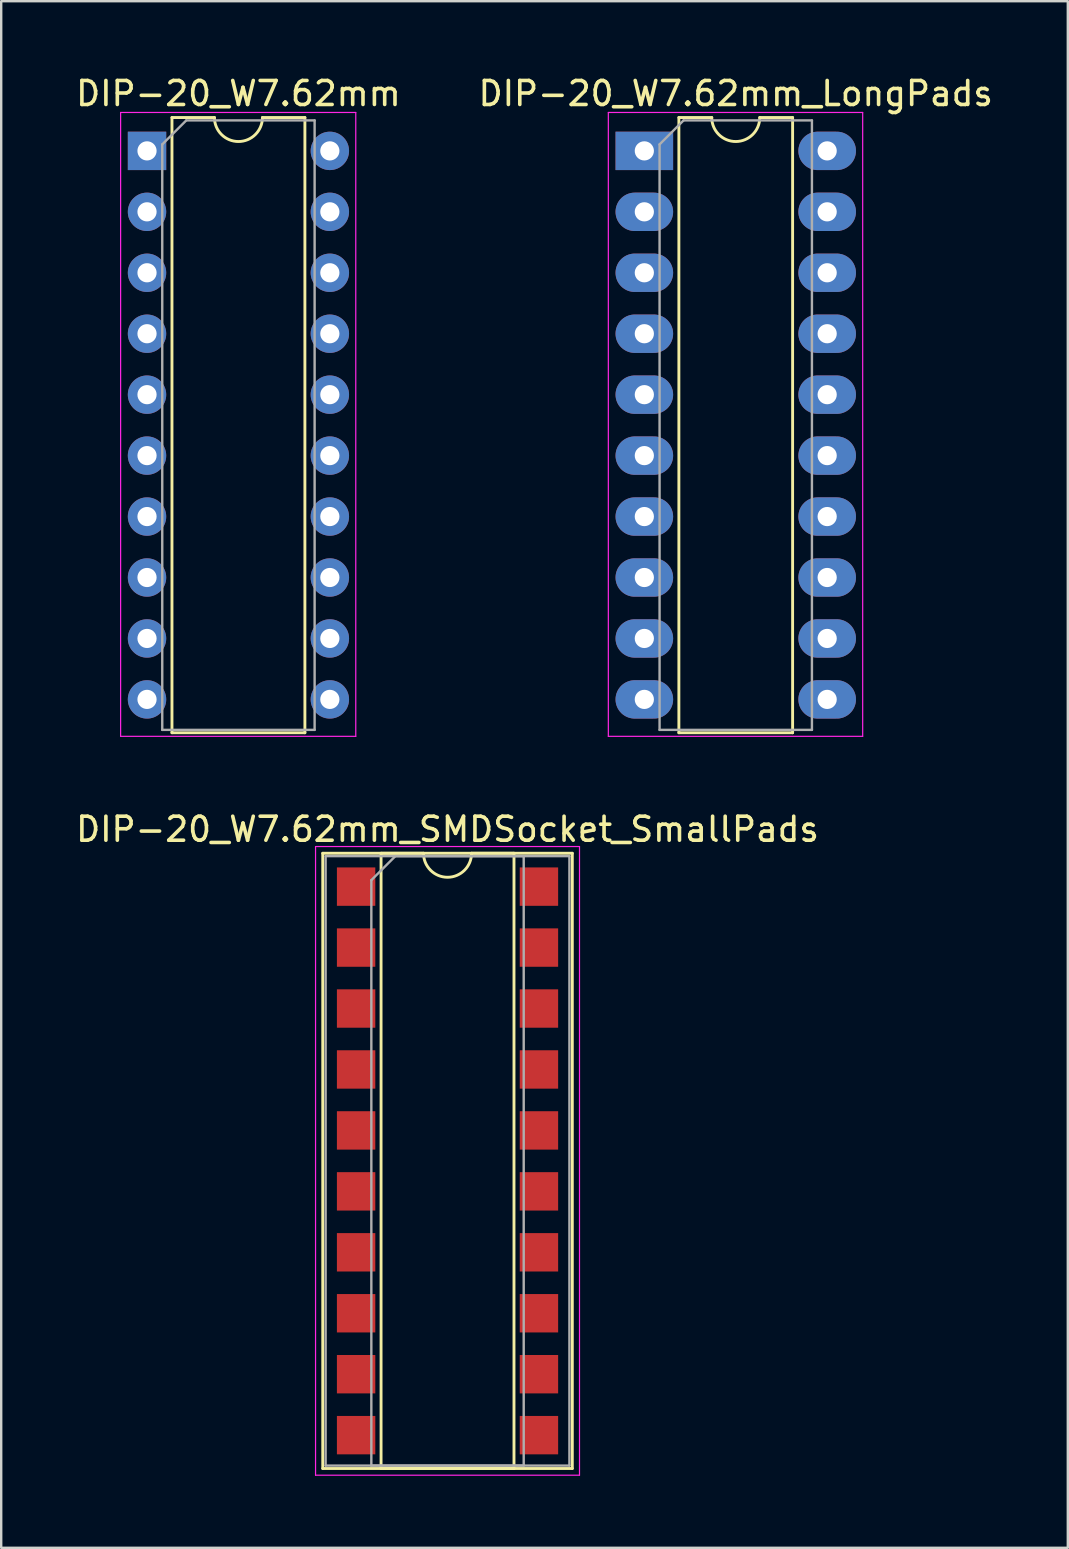
<source format=kicad_pcb>
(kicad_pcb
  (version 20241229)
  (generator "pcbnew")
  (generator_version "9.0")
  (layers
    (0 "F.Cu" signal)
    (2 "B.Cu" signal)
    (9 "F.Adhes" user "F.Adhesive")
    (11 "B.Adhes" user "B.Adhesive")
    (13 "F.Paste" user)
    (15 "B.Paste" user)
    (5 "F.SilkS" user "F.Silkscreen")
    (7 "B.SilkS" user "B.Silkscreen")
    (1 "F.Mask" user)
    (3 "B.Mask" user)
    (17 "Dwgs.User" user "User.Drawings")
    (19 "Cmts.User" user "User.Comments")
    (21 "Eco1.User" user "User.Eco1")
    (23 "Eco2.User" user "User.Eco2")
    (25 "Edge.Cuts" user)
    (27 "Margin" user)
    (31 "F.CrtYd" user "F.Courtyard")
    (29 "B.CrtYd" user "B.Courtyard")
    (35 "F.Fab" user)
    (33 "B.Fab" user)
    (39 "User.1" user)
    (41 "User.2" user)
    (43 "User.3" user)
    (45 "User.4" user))
  (footprint "DIP-20_W7.62mm_SMDSocket_SmallPads"
    (layer "F.Cu")
    (at 15.601 45.331)
    (property "Reference" "DIP-20_W7.62mm_SMDSocket_SmallPads" (at 0 -13.82 0) (layer "F.SilkS") (effects (font (size 1 1) (thickness 0.15))))
    (attr smd)
    (fp_line (start -5.2 -12.82) (end -5.2 12.82) (stroke (width 0.12) (type solid)) (layer "F.SilkS"))
    (fp_line (start -5.2 12.82) (end 5.2 12.82) (stroke (width 0.12) (type solid)) (layer "F.SilkS"))
    (fp_line (start -2.77 -12.82) (end -2.77 12.82) (stroke (width 0.12) (type solid)) (layer "F.SilkS"))
    (fp_line (start -2.77 12.82) (end 2.77 12.82) (stroke (width 0.12) (type solid)) (layer "F.SilkS"))
    (fp_line (start -1 -12.82) (end -2.77 -12.82) (stroke (width 0.12) (type solid)) (layer "F.SilkS"))
    (fp_line (start 2.77 -12.82) (end 1 -12.82) (stroke (width 0.12) (type solid)) (layer "F.SilkS"))
    (fp_line (start 2.77 12.82) (end 2.77 -12.82) (stroke (width 0.12) (type solid)) (layer "F.SilkS"))
    (fp_line (start 5.2 -12.82) (end -5.2 -12.82) (stroke (width 0.12) (type solid)) (layer "F.SilkS"))
    (fp_line (start 5.2 12.82) (end 5.2 -12.82) (stroke (width 0.12) (type solid)) (layer "F.SilkS"))
    (fp_arc (start 1 -12.82) (mid 0 -11.82) (end -1 -12.82) (stroke (width 0.12) (type solid)) (layer "F.SilkS"))
    (fp_line (start -5.5 -13.1) (end -5.5 13.1) (stroke (width 0.05) (type solid)) (layer "F.CrtYd"))
    (fp_line (start -5.5 13.1) (end 5.5 13.1) (stroke (width 0.05) (type solid)) (layer "F.CrtYd"))
    (fp_line (start 5.5 -13.1) (end -5.5 -13.1) (stroke (width 0.05) (type solid)) (layer "F.CrtYd"))
    (fp_line (start 5.5 13.1) (end 5.5 -13.1) (stroke (width 0.05) (type solid)) (layer "F.CrtYd"))
    (fp_line (start -5.08 -12.7) (end -5.08 12.7) (stroke (width 0.1) (type solid)) (layer "F.Fab"))
    (fp_line (start -5.08 12.7) (end 5.08 12.7) (stroke (width 0.1) (type solid)) (layer "F.Fab"))
    (fp_line (start -3.175 -11.7) (end -2.175 -12.7) (stroke (width 0.1) (type solid)) (layer "F.Fab"))
    (fp_line (start -3.175 12.7) (end -3.175 -11.7) (stroke (width 0.1) (type solid)) (layer "F.Fab"))
    (fp_line (start -2.175 -12.7) (end 3.175 -12.7) (stroke (width 0.1) (type solid)) (layer "F.Fab"))
    (fp_line (start 3.175 -12.7) (end 3.175 12.7) (stroke (width 0.1) (type solid)) (layer "F.Fab"))
    (fp_line (start 3.175 12.7) (end -3.175 12.7) (stroke (width 0.1) (type solid)) (layer "F.Fab"))
    (fp_line (start 5.08 -12.7) (end -5.08 -12.7) (stroke (width 0.1) (type solid)) (layer "F.Fab"))
    (fp_line (start 5.08 12.7) (end 5.08 -12.7) (stroke (width 0.1) (type solid)) (layer "F.Fab"))
    (pad "1" smd rect (at -3.81 -11.43) (size 1.6 1.6) (layers "F.Cu" "F.Mask"))
    (pad "2" smd rect (at -3.81 -8.89) (size 1.6 1.6) (layers "F.Cu" "F.Mask"))
    (pad "3" smd rect (at -3.81 -6.35) (size 1.6 1.6) (layers "F.Cu" "F.Mask"))
    (pad "4" smd rect (at -3.81 -3.81) (size 1.6 1.6) (layers "F.Cu" "F.Mask"))
    (pad "5" smd rect (at -3.81 -1.27) (size 1.6 1.6) (layers "F.Cu" "F.Mask"))
    (pad "6" smd rect (at -3.81 1.27) (size 1.6 1.6) (layers "F.Cu" "F.Mask"))
    (pad "7" smd rect (at -3.81 3.81) (size 1.6 1.6) (layers "F.Cu" "F.Mask"))
    (pad "8" smd rect (at -3.81 6.35) (size 1.6 1.6) (layers "F.Cu" "F.Mask"))
    (pad "9" smd rect (at -3.81 8.89) (size 1.6 1.6) (layers "F.Cu" "F.Mask"))
    (pad "10" smd rect (at -3.81 11.43) (size 1.6 1.6) (layers "F.Cu" "F.Mask"))
    (pad "11" smd rect (at 3.81 11.43) (size 1.6 1.6) (layers "F.Cu" "F.Mask"))
    (pad "12" smd rect (at 3.81 8.89) (size 1.6 1.6) (layers "F.Cu" "F.Mask"))
    (pad "13" smd rect (at 3.81 6.35) (size 1.6 1.6) (layers "F.Cu" "F.Mask"))
    (pad "14" smd rect (at 3.81 3.81) (size 1.6 1.6) (layers "F.Cu" "F.Mask"))
    (pad "15" smd rect (at 3.81 1.27) (size 1.6 1.6) (layers "F.Cu" "F.Mask"))
    (pad "16" smd rect (at 3.81 -1.27) (size 1.6 1.6) (layers "F.Cu" "F.Mask"))
    (pad "17" smd rect (at 3.81 -3.81) (size 1.6 1.6) (layers "F.Cu" "F.Mask"))
    (pad "18" smd rect (at 3.81 -6.35) (size 1.6 1.6) (layers "F.Cu" "F.Mask"))
    (pad "19" smd rect (at 3.81 -8.89) (size 1.6 1.6) (layers "F.Cu" "F.Mask"))
    (pad "20" smd rect (at 3.81 -11.43) (size 1.6 1.6) (layers "F.Cu" "F.Mask")))
  (footprint "DIP-20_W7.62mm"
    (layer "F.Cu")
    (at 3.077 3.238)
    (property "Reference" "DIP-20_W7.62mm" (at 3.81 -2.39 0) (layer "F.SilkS") (effects (font (size 1 1) (thickness 0.15))))
    (attr through_hole)
    (fp_line (start 1.04 -1.39) (end 1.04 24.25) (stroke (width 0.12) (type solid)) (layer "F.SilkS"))
    (fp_line (start 1.04 24.25) (end 6.58 24.25) (stroke (width 0.12) (type solid)) (layer "F.SilkS"))
    (fp_line (start 2.81 -1.39) (end 1.04 -1.39) (stroke (width 0.12) (type solid)) (layer "F.SilkS"))
    (fp_line (start 6.58 -1.39) (end 4.81 -1.39) (stroke (width 0.12) (type solid)) (layer "F.SilkS"))
    (fp_line (start 6.58 24.25) (end 6.58 -1.39) (stroke (width 0.12) (type solid)) (layer "F.SilkS"))
    (fp_arc (start 4.81 -1.39) (mid 3.81 -0.39) (end 2.81 -1.39) (stroke (width 0.12) (type solid)) (layer "F.SilkS"))
    (fp_line (start -1.1 -1.6) (end -1.1 24.4) (stroke (width 0.05) (type solid)) (layer "F.CrtYd"))
    (fp_line (start -1.1 24.4) (end 8.7 24.4) (stroke (width 0.05) (type solid)) (layer "F.CrtYd"))
    (fp_line (start 8.7 -1.6) (end -1.1 -1.6) (stroke (width 0.05) (type solid)) (layer "F.CrtYd"))
    (fp_line (start 8.7 24.4) (end 8.7 -1.6) (stroke (width 0.05) (type solid)) (layer "F.CrtYd"))
    (fp_line (start 0.635 -0.27) (end 1.635 -1.27) (stroke (width 0.1) (type solid)) (layer "F.Fab"))
    (fp_line (start 0.635 24.13) (end 0.635 -0.27) (stroke (width 0.1) (type solid)) (layer "F.Fab"))
    (fp_line (start 1.635 -1.27) (end 6.985 -1.27) (stroke (width 0.1) (type solid)) (layer "F.Fab"))
    (fp_line (start 6.985 -1.27) (end 6.985 24.13) (stroke (width 0.1) (type solid)) (layer "F.Fab"))
    (fp_line (start 6.985 24.13) (end 0.635 24.13) (stroke (width 0.1) (type solid)) (layer "F.Fab"))
    (pad "1" thru_hole rect (at 0 0) (size 1.6 1.6) (drill 0.8) (layers "*.Cu" "*.Mask"))
    (pad "2" thru_hole oval (at 0 2.54) (size 1.6 1.6) (drill 0.8) (layers "*.Cu" "*.Mask"))
    (pad "3" thru_hole oval (at 0 5.08) (size 1.6 1.6) (drill 0.8) (layers "*.Cu" "*.Mask"))
    (pad "4" thru_hole oval (at 0 7.62) (size 1.6 1.6) (drill 0.8) (layers "*.Cu" "*.Mask"))
    (pad "5" thru_hole oval (at 0 10.16) (size 1.6 1.6) (drill 0.8) (layers "*.Cu" "*.Mask"))
    (pad "6" thru_hole oval (at 0 12.7) (size 1.6 1.6) (drill 0.8) (layers "*.Cu" "*.Mask"))
    (pad "7" thru_hole oval (at 0 15.24) (size 1.6 1.6) (drill 0.8) (layers "*.Cu" "*.Mask"))
    (pad "8" thru_hole oval (at 0 17.78) (size 1.6 1.6) (drill 0.8) (layers "*.Cu" "*.Mask"))
    (pad "9" thru_hole oval (at 0 20.32) (size 1.6 1.6) (drill 0.8) (layers "*.Cu" "*.Mask"))
    (pad "10" thru_hole oval (at 0 22.86) (size 1.6 1.6) (drill 0.8) (layers "*.Cu" "*.Mask"))
    (pad "11" thru_hole oval (at 7.62 22.86) (size 1.6 1.6) (drill 0.8) (layers "*.Cu" "*.Mask"))
    (pad "12" thru_hole oval (at 7.62 20.32) (size 1.6 1.6) (drill 0.8) (layers "*.Cu" "*.Mask"))
    (pad "13" thru_hole oval (at 7.62 17.78) (size 1.6 1.6) (drill 0.8) (layers "*.Cu" "*.Mask"))
    (pad "14" thru_hole oval (at 7.62 15.24) (size 1.6 1.6) (drill 0.8) (layers "*.Cu" "*.Mask"))
    (pad "15" thru_hole oval (at 7.62 12.7) (size 1.6 1.6) (drill 0.8) (layers "*.Cu" "*.Mask"))
    (pad "16" thru_hole oval (at 7.62 10.16) (size 1.6 1.6) (drill 0.8) (layers "*.Cu" "*.Mask"))
    (pad "17" thru_hole oval (at 7.62 7.62) (size 1.6 1.6) (drill 0.8) (layers "*.Cu" "*.Mask"))
    (pad "18" thru_hole oval (at 7.62 5.08) (size 1.6 1.6) (drill 0.8) (layers "*.Cu" "*.Mask"))
    (pad "19" thru_hole oval (at 7.62 2.54) (size 1.6 1.6) (drill 0.8) (layers "*.Cu" "*.Mask"))
    (pad "20" thru_hole oval (at 7.62 0) (size 1.6 1.6) (drill 0.8) (layers "*.Cu" "*.Mask")))
  (footprint "DIP-20_W7.62mm_LongPads"
    (layer "F.Cu")
    (at 23.803 3.238)
    (property "Reference" "DIP-20_W7.62mm_LongPads" (at 3.81 -2.39 0) (layer "F.SilkS") (effects (font (size 1 1) (thickness 0.15))))
    (attr through_hole)
    (fp_line (start 1.44 -1.39) (end 1.44 24.25) (stroke (width 0.12) (type solid)) (layer "F.SilkS"))
    (fp_line (start 1.44 24.25) (end 6.18 24.25) (stroke (width 0.12) (type solid)) (layer "F.SilkS"))
    (fp_line (start 2.81 -1.39) (end 1.44 -1.39) (stroke (width 0.12) (type solid)) (layer "F.SilkS"))
    (fp_line (start 6.18 -1.39) (end 4.81 -1.39) (stroke (width 0.12) (type solid)) (layer "F.SilkS"))
    (fp_line (start 6.18 24.25) (end 6.18 -1.39) (stroke (width 0.12) (type solid)) (layer "F.SilkS"))
    (fp_arc (start 4.81 -1.39) (mid 3.81 -0.39) (end 2.81 -1.39) (stroke (width 0.12) (type solid)) (layer "F.SilkS"))
    (fp_line (start -1.5 -1.6) (end -1.5 24.4) (stroke (width 0.05) (type solid)) (layer "F.CrtYd"))
    (fp_line (start -1.5 24.4) (end 9.1 24.4) (stroke (width 0.05) (type solid)) (layer "F.CrtYd"))
    (fp_line (start 9.1 -1.6) (end -1.5 -1.6) (stroke (width 0.05) (type solid)) (layer "F.CrtYd"))
    (fp_line (start 9.1 24.4) (end 9.1 -1.6) (stroke (width 0.05) (type solid)) (layer "F.CrtYd"))
    (fp_line (start 0.635 -0.27) (end 1.635 -1.27) (stroke (width 0.1) (type solid)) (layer "F.Fab"))
    (fp_line (start 0.635 24.13) (end 0.635 -0.27) (stroke (width 0.1) (type solid)) (layer "F.Fab"))
    (fp_line (start 1.635 -1.27) (end 6.985 -1.27) (stroke (width 0.1) (type solid)) (layer "F.Fab"))
    (fp_line (start 6.985 -1.27) (end 6.985 24.13) (stroke (width 0.1) (type solid)) (layer "F.Fab"))
    (fp_line (start 6.985 24.13) (end 0.635 24.13) (stroke (width 0.1) (type solid)) (layer "F.Fab"))
    (pad "1" thru_hole rect (at 0 0) (size 2.4 1.6) (drill 0.8) (layers "*.Cu" "*.Mask"))
    (pad "2" thru_hole oval (at 0 2.54) (size 2.4 1.6) (drill 0.8) (layers "*.Cu" "*.Mask"))
    (pad "3" thru_hole oval (at 0 5.08) (size 2.4 1.6) (drill 0.8) (layers "*.Cu" "*.Mask"))
    (pad "4" thru_hole oval (at 0 7.62) (size 2.4 1.6) (drill 0.8) (layers "*.Cu" "*.Mask"))
    (pad "5" thru_hole oval (at 0 10.16) (size 2.4 1.6) (drill 0.8) (layers "*.Cu" "*.Mask"))
    (pad "6" thru_hole oval (at 0 12.7) (size 2.4 1.6) (drill 0.8) (layers "*.Cu" "*.Mask"))
    (pad "7" thru_hole oval (at 0 15.24) (size 2.4 1.6) (drill 0.8) (layers "*.Cu" "*.Mask"))
    (pad "8" thru_hole oval (at 0 17.78) (size 2.4 1.6) (drill 0.8) (layers "*.Cu" "*.Mask"))
    (pad "9" thru_hole oval (at 0 20.32) (size 2.4 1.6) (drill 0.8) (layers "*.Cu" "*.Mask"))
    (pad "10" thru_hole oval (at 0 22.86) (size 2.4 1.6) (drill 0.8) (layers "*.Cu" "*.Mask"))
    (pad "11" thru_hole oval (at 7.62 22.86) (size 2.4 1.6) (drill 0.8) (layers "*.Cu" "*.Mask"))
    (pad "12" thru_hole oval (at 7.62 20.32) (size 2.4 1.6) (drill 0.8) (layers "*.Cu" "*.Mask"))
    (pad "13" thru_hole oval (at 7.62 17.78) (size 2.4 1.6) (drill 0.8) (layers "*.Cu" "*.Mask"))
    (pad "14" thru_hole oval (at 7.62 15.24) (size 2.4 1.6) (drill 0.8) (layers "*.Cu" "*.Mask"))
    (pad "15" thru_hole oval (at 7.62 12.7) (size 2.4 1.6) (drill 0.8) (layers "*.Cu" "*.Mask"))
    (pad "16" thru_hole oval (at 7.62 10.16) (size 2.4 1.6) (drill 0.8) (layers "*.Cu" "*.Mask"))
    (pad "17" thru_hole oval (at 7.62 7.62) (size 2.4 1.6) (drill 0.8) (layers "*.Cu" "*.Mask"))
    (pad "18" thru_hole oval (at 7.62 5.08) (size 2.4 1.6) (drill 0.8) (layers "*.Cu" "*.Mask"))
    (pad "19" thru_hole oval (at 7.62 2.54) (size 2.4 1.6) (drill 0.8) (layers "*.Cu" "*.Mask"))
    (pad "20" thru_hole oval (at 7.62 0) (size 2.4 1.6) (drill 0.8) (layers "*.Cu" "*.Mask")))
  (gr_rect
    (start -3 -3)
    (end 41.452 61.456)
    (stroke (width 0.1) (type default))
    (fill no)
    (layer "Edge.Cuts")))
</source>
